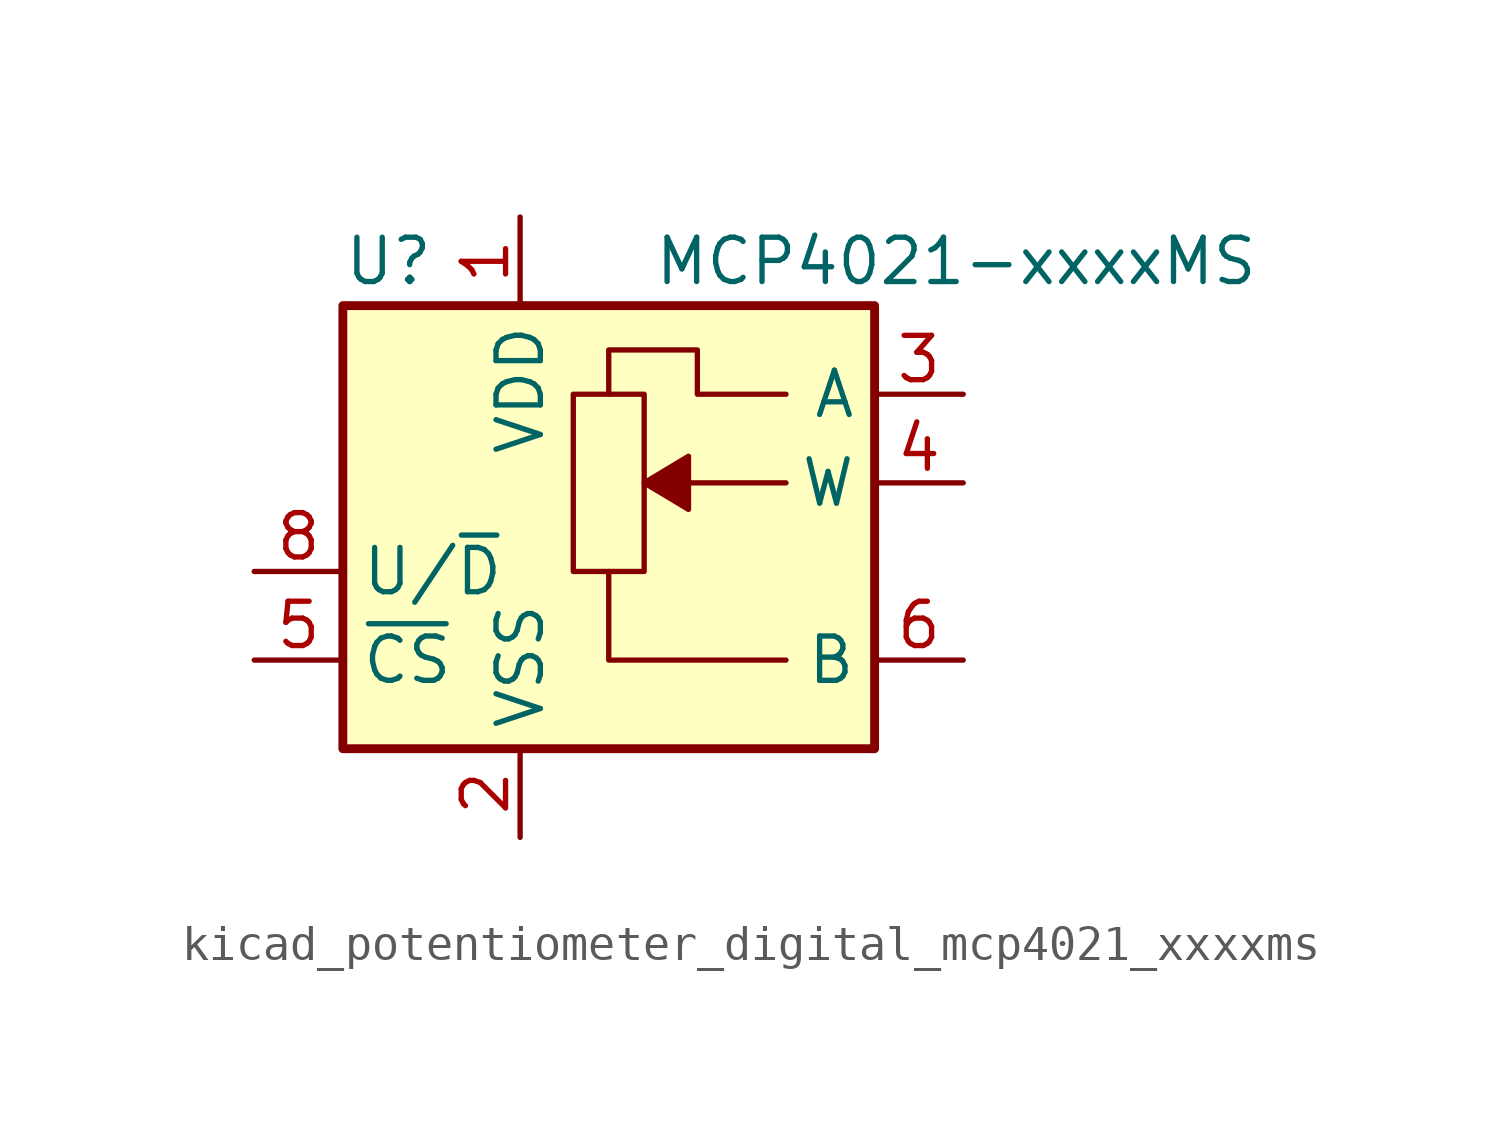
<source format=kicad_sym>
(kicad_symbol_lib
  (version 20220914)
  (generator kicad_symbol_editor)
  (symbol "kicad_potentiometer_digital_mcp4021_xxxxms"
    (property "Reference" "U"
      (at -7.62 8.89 0)
      (effects (font (size 1.27 1.27)) (justify left)))
    (property "Value" "MCP4021-xxxxMS"
      (at 1.27 8.89 0)
      (effects (font (size 1.27 1.27)) (justify left)))
    (symbol "kicad_potentiometer_digital_mcp4021_xxxxms_0_1"
      (polyline (pts (xy 0 0) (xy 0 -2.54) (xy 5.08 -2.54)) (stroke (width 0) (type default)) (fill (type none)))
      (polyline (pts (xy 5.08 2.54) (xy 3.81 2.54) (xy 1.27 2.54)) (stroke (width 0) (type default)) (fill (type none)))
      (polyline (pts (xy 5.08 5.08) (xy 2.54 5.08) (xy 2.54 6.35) (xy 0 6.35) (xy 0 5.08)) (stroke (width 0) (type default)) (fill (type none))))
    (symbol "kicad_potentiometer_digital_mcp4021_xxxxms_1_1"
      (rectangle (start -7.62 7.62) (end 7.62 -5.08) (stroke (width 0.254) (type default)) (fill (type background)))
      (polyline (pts (xy 2.286 1.778) (xy 2.286 3.302) (xy 1.016 2.54) (xy 2.286 1.778)) (stroke (width 0) (type default)) (fill (type outline)))
      (rectangle (start 1.016 0) (end -1.016 5.08) (stroke (width 0) (type default)) (fill (type none)))
      (pin power_in line (at -2.54 10.16 270) (length 2.54) (name "VDD" (effects (font (size 1.27 1.27)))) (number "1" (effects (font (size 1.27 1.27)))))
      (pin power_in line (at -2.54 -7.62 90) (length 2.54) (name "VSS" (effects (font (size 1.27 1.27)))) (number "2" (effects (font (size 1.27 1.27)))))
      (pin passive line (at 10.16 5.08 180) (length 2.54) (name "A" (effects (font (size 1.27 1.27)))) (number "3" (effects (font (size 1.27 1.27)))))
      (pin passive line (at 10.16 2.54 180) (length 2.54) (name "W" (effects (font (size 1.27 1.27)))) (number "4" (effects (font (size 1.27 1.27)))))
      (pin input line (at -10.16 -2.54 0) (length 2.54) (name "~{CS}" (effects (font (size 1.27 1.27)))) (number "5" (effects (font (size 1.27 1.27)))))
      (pin passive line (at 10.16 -2.54 180) (length 2.54) (name "B" (effects (font (size 1.27 1.27)))) (number "6" (effects (font (size 1.27 1.27)))))
      (pin no_connect line (at -7.62 5.08 0) (length 2.54) hide (name "NC" (effects (font (size 1.27 1.27)))) (number "7" (effects (font (size 1.27 1.27)))))
      (pin input line (at -10.16 0 0) (length 2.54) (name "U/~{D}" (effects (font (size 1.27 1.27)))) (number "8" (effects (font (size 1.27 1.27))))))))
</source>
